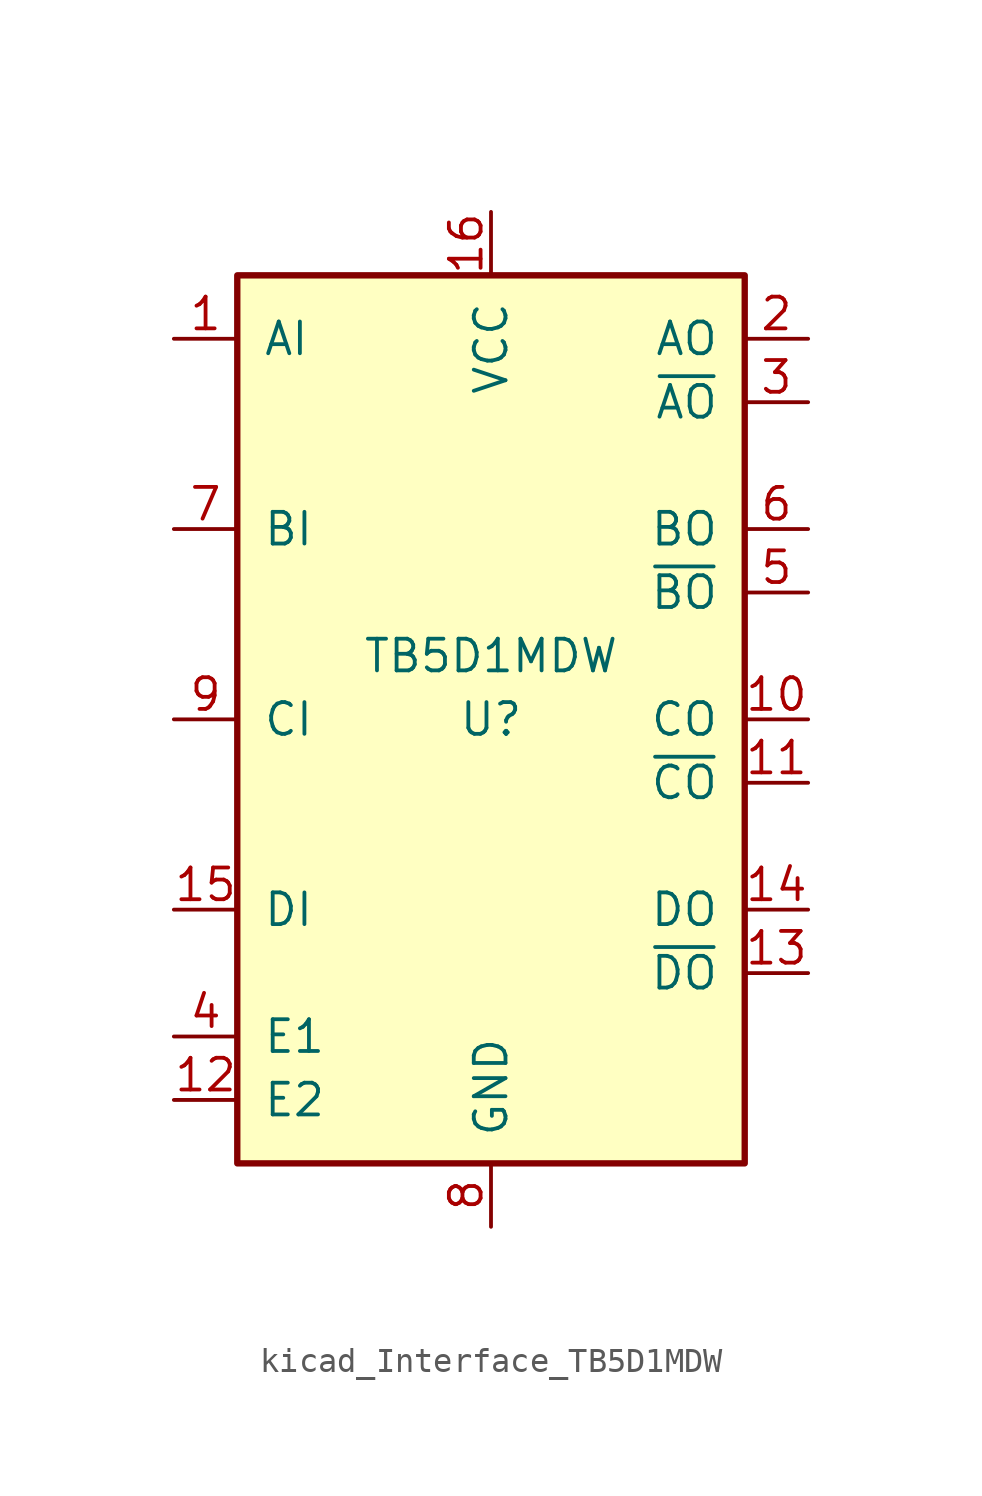
<source format=kicad_sym>
(kicad_symbol_lib
  (version 20220914)
  (generator kicad_symbol_editor)
  (symbol "kicad_Interface_TB5D1MDW"
    (pin_names
      (offset 1.016))
    (property "Reference" "U"
      (at 0 0 0)
      (effects (font (size 1.27 1.27))))
    (property "Value" "TB5D1MDW"
      (at 0 2.54 0)
      (effects (font (size 1.27 1.27))))
    (symbol "kicad_Interface_TB5D1MDW_0_1"
      (rectangle (start -10.16 -17.78) (end 10.16 17.78) (stroke (width 0.254) (type default)) (fill (type background))))
    (symbol "kicad_Interface_TB5D1MDW_1_1"
      (pin input line (at -12.7 15.24 0) (length 2.54) (name "AI" (effects (font (size 1.27 1.27)))) (number "1" (effects (font (size 1.27 1.27)))))
      (pin output line (at 12.7 0 180) (length 2.54) (name "CO" (effects (font (size 1.27 1.27)))) (number "10" (effects (font (size 1.27 1.27)))))
      (pin output line (at 12.7 -2.54 180) (length 2.54) (name "~{CO}" (effects (font (size 1.27 1.27)))) (number "11" (effects (font (size 1.27 1.27)))))
      (pin input line (at -12.7 -15.24 0) (length 2.54) (name "E2" (effects (font (size 1.27 1.27)))) (number "12" (effects (font (size 1.27 1.27)))))
      (pin output line (at 12.7 -10.16 180) (length 2.54) (name "~{DO}" (effects (font (size 1.27 1.27)))) (number "13" (effects (font (size 1.27 1.27)))))
      (pin output line (at 12.7 -7.62 180) (length 2.54) (name "DO" (effects (font (size 1.27 1.27)))) (number "14" (effects (font (size 1.27 1.27)))))
      (pin input line (at -12.7 -7.62 0) (length 2.54) (name "DI" (effects (font (size 1.27 1.27)))) (number "15" (effects (font (size 1.27 1.27)))))
      (pin power_in line (at 0 20.32 270) (length 2.54) (name "VCC" (effects (font (size 1.27 1.27)))) (number "16" (effects (font (size 1.27 1.27)))))
      (pin output line (at 12.7 15.24 180) (length 2.54) (name "AO" (effects (font (size 1.27 1.27)))) (number "2" (effects (font (size 1.27 1.27)))))
      (pin output line (at 12.7 12.7 180) (length 2.54) (name "~{AO}" (effects (font (size 1.27 1.27)))) (number "3" (effects (font (size 1.27 1.27)))))
      (pin input line (at -12.7 -12.7 0) (length 2.54) (name "E1" (effects (font (size 1.27 1.27)))) (number "4" (effects (font (size 1.27 1.27)))))
      (pin output line (at 12.7 5.08 180) (length 2.54) (name "~{BO}" (effects (font (size 1.27 1.27)))) (number "5" (effects (font (size 1.27 1.27)))))
      (pin output line (at 12.7 7.62 180) (length 2.54) (name "BO" (effects (font (size 1.27 1.27)))) (number "6" (effects (font (size 1.27 1.27)))))
      (pin input line (at -12.7 7.62 0) (length 2.54) (name "BI" (effects (font (size 1.27 1.27)))) (number "7" (effects (font (size 1.27 1.27)))))
      (pin power_in line (at 0 -20.32 90) (length 2.54) (name "GND" (effects (font (size 1.27 1.27)))) (number "8" (effects (font (size 1.27 1.27)))))
      (pin input line (at -12.7 0 0) (length 2.54) (name "CI" (effects (font (size 1.27 1.27)))) (number "9" (effects (font (size 1.27 1.27))))))))
</source>
